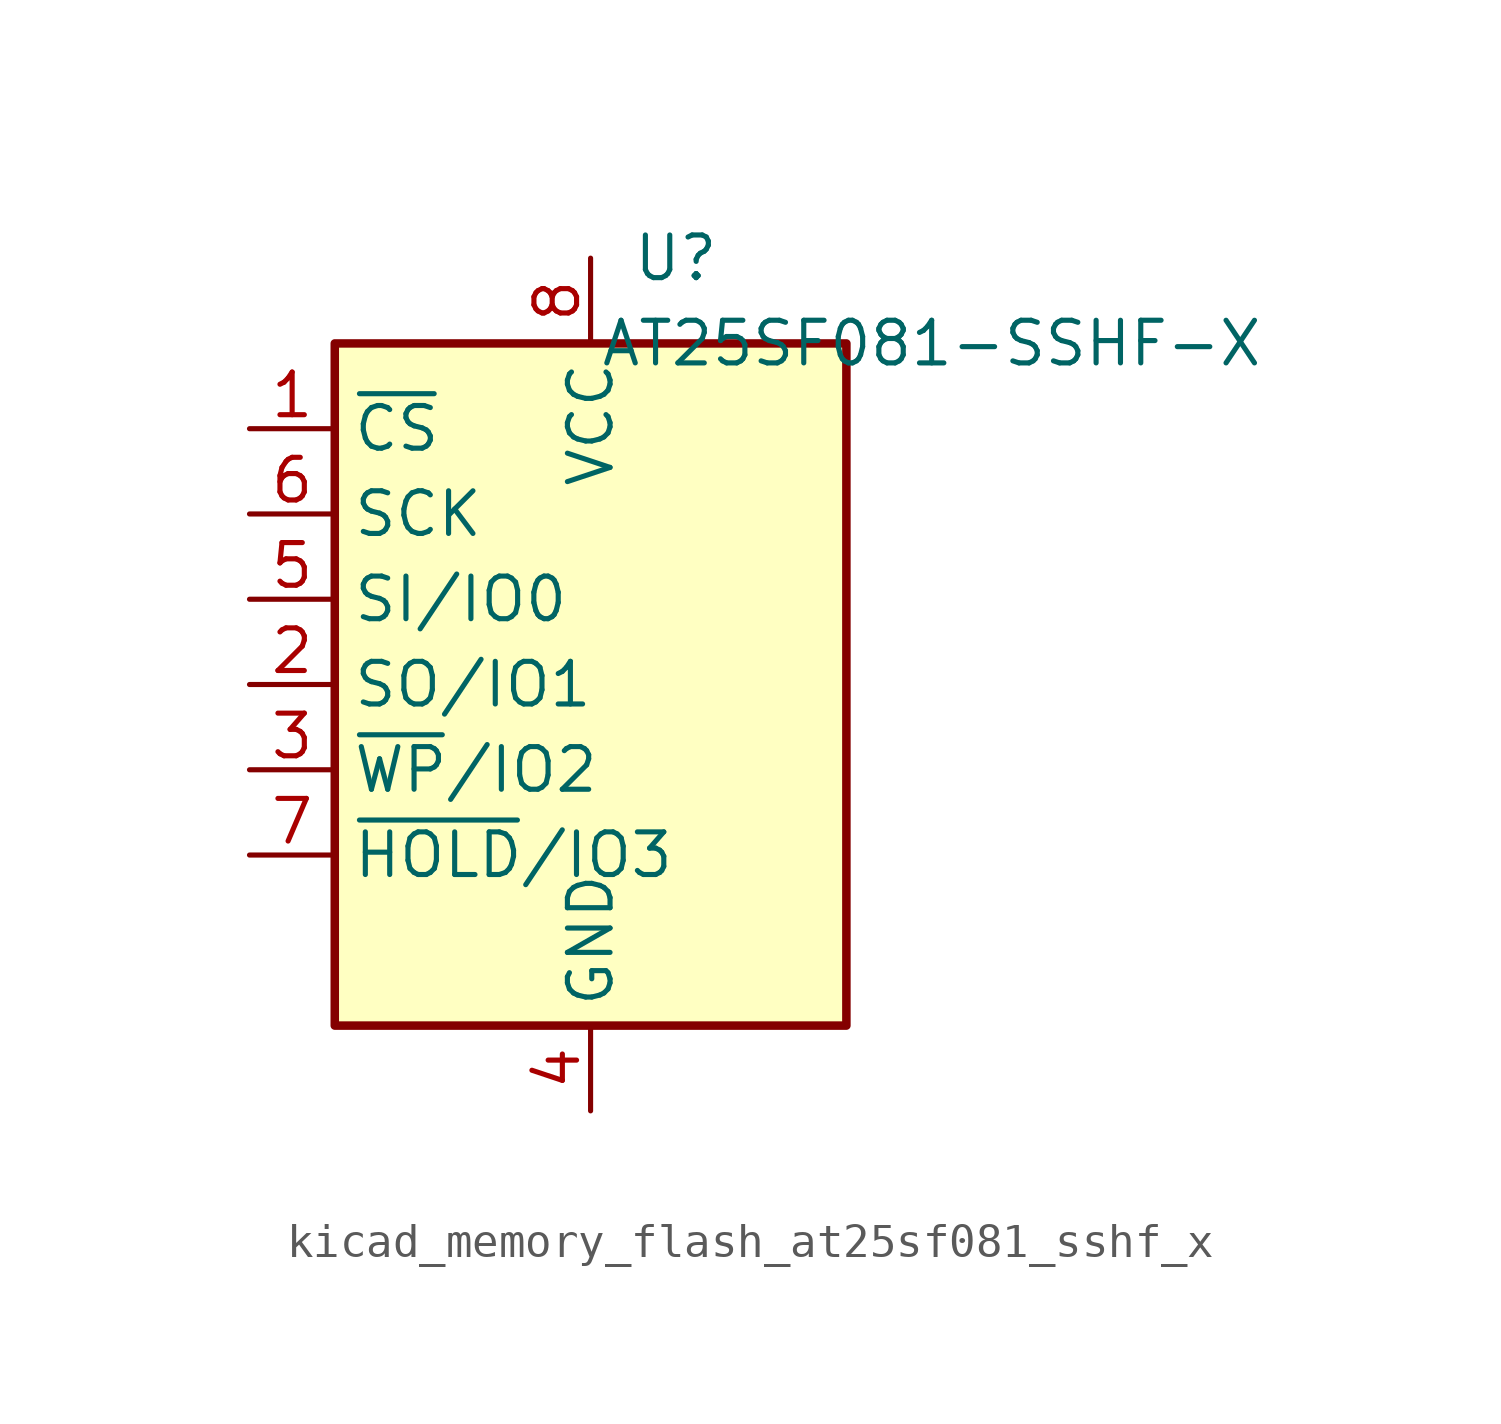
<source format=kicad_sym>
(kicad_symbol_lib
  (version 20220914)
  (generator kicad_symbol_editor)
  (symbol "kicad_memory_flash_at25sf081_sshf_x"
    (property "Reference" "U"
      (at 2.54 12.7 0)
      (effects (font (size 1.27 1.27))))
    (property "Value" "AT25SF081-SSHF-X"
      (at 10.16 10.16 0)
      (effects (font (size 1.27 1.27))))
    (symbol "kicad_memory_flash_at25sf081_sshf_x_0_1"
      (rectangle (start -7.62 10.16) (end 7.62 -10.16) (stroke (width 0.254) (type default)) (fill (type background))))
    (symbol "kicad_memory_flash_at25sf081_sshf_x_1_1"
      (pin input line (at -10.16 7.62 0) (length 2.54) (name "~{CS}" (effects (font (size 1.27 1.27)))) (number "1" (effects (font (size 1.27 1.27)))))
      (pin bidirectional line (at -10.16 0 0) (length 2.54) (name "SO/IO1" (effects (font (size 1.27 1.27)))) (number "2" (effects (font (size 1.27 1.27)))))
      (pin bidirectional line (at -10.16 -2.54 0) (length 2.54) (name "~{WP}/IO2" (effects (font (size 1.27 1.27)))) (number "3" (effects (font (size 1.27 1.27)))))
      (pin power_in line (at 0 -12.7 90) (length 2.54) (name "GND" (effects (font (size 1.27 1.27)))) (number "4" (effects (font (size 1.27 1.27)))))
      (pin bidirectional line (at -10.16 2.54 0) (length 2.54) (name "SI/IO0" (effects (font (size 1.27 1.27)))) (number "5" (effects (font (size 1.27 1.27)))))
      (pin input line (at -10.16 5.08 0) (length 2.54) (name "SCK" (effects (font (size 1.27 1.27)))) (number "6" (effects (font (size 1.27 1.27)))))
      (pin bidirectional line (at -10.16 -5.08 0) (length 2.54) (name "~{HOLD}/IO3" (effects (font (size 1.27 1.27)))) (number "7" (effects (font (size 1.27 1.27)))))
      (pin power_in line (at 0 12.7 270) (length 2.54) (name "VCC" (effects (font (size 1.27 1.27)))) (number "8" (effects (font (size 1.27 1.27))))))))
</source>
